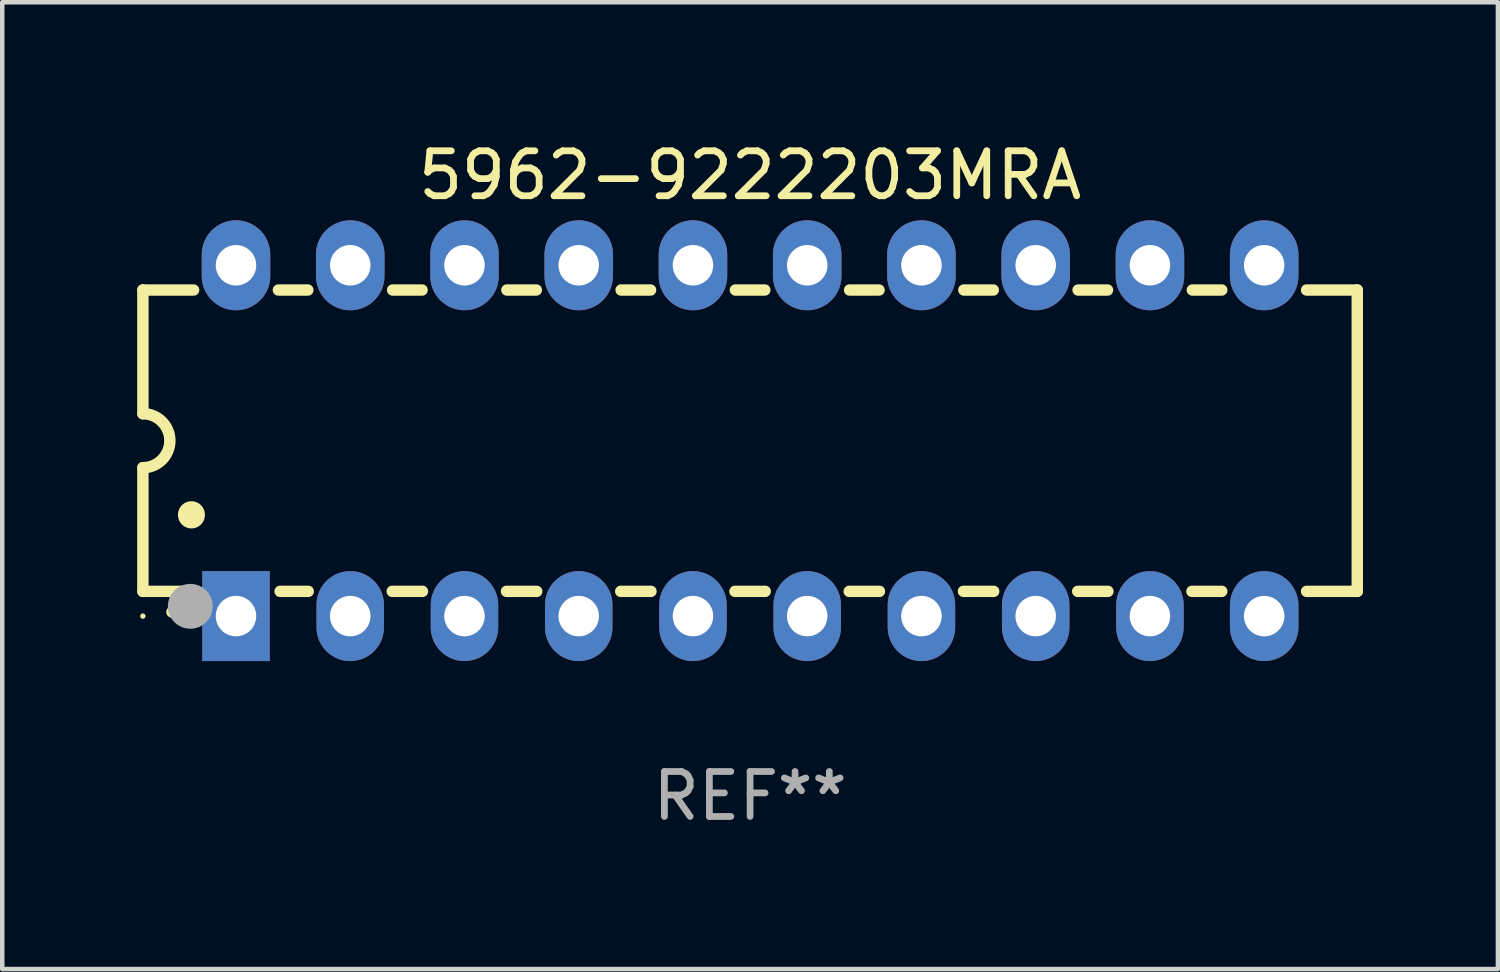
<source format=kicad_pcb>
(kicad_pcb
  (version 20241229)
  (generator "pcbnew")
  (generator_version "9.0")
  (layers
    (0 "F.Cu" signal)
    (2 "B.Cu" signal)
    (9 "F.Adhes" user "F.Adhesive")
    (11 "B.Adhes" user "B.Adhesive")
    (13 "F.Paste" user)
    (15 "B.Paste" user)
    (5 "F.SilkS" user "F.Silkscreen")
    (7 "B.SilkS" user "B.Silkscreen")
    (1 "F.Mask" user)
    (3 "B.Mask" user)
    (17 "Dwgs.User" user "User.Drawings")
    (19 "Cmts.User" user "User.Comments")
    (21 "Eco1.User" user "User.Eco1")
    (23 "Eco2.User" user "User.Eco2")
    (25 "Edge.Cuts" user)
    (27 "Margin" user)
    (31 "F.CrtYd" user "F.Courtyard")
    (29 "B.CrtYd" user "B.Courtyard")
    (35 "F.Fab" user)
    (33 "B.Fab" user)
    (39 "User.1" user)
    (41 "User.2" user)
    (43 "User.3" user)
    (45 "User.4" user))
  (footprint "5962-9222203MRA"
    (layer "F.Cu")
    (at 13.627 6.748)
    (property "Reference" "5962-9222203MRA" (at 0 -5.9 0) (layer "F.SilkS") (effects (font (size 1 1) (thickness 0.15))))
    (attr through_hole)
    (fp_line (start -13.5 -3.35) (end -12.373 -3.35) (stroke (width 0.254) (type solid)) (layer "F.SilkS"))
    (fp_line (start -13.5 -0.6) (end -13.5 -3.35) (stroke (width 0.254) (type solid)) (layer "F.SilkS"))
    (fp_line (start -13.5 3.35) (end -13.5 0.6) (stroke (width 0.254) (type solid)) (layer "F.SilkS"))
    (fp_line (start -13.5 3.35) (end -12.411 3.35) (stroke (width 0.254) (type solid)) (layer "F.SilkS"))
    (fp_line (start -10.487 -3.35) (end -9.833 -3.35) (stroke (width 0.254) (type solid)) (layer "F.SilkS"))
    (fp_line (start -10.449 3.35) (end -9.824 3.35) (stroke (width 0.254) (type solid)) (layer "F.SilkS"))
    (fp_line (start -7.956 3.35) (end -7.284 3.35) (stroke (width 0.254) (type solid)) (layer "F.SilkS"))
    (fp_line (start -7.947 -3.35) (end -7.293 -3.35) (stroke (width 0.254) (type solid)) (layer "F.SilkS"))
    (fp_line (start -5.416 3.35) (end -4.744 3.35) (stroke (width 0.254) (type solid)) (layer "F.SilkS"))
    (fp_line (start -5.407 -3.35) (end -4.753 -3.35) (stroke (width 0.254) (type solid)) (layer "F.SilkS"))
    (fp_line (start -2.876 3.35) (end -2.204 3.35) (stroke (width 0.254) (type solid)) (layer "F.SilkS"))
    (fp_line (start -2.867 -3.35) (end -2.213 -3.35) (stroke (width 0.254) (type solid)) (layer "F.SilkS"))
    (fp_line (start -0.336 3.35) (end 0.336 3.35) (stroke (width 0.254) (type solid)) (layer "F.SilkS"))
    (fp_line (start -0.327 -3.35) (end 0.327 -3.35) (stroke (width 0.254) (type solid)) (layer "F.SilkS"))
    (fp_line (start 2.204 3.35) (end 2.876 3.35) (stroke (width 0.254) (type solid)) (layer "F.SilkS"))
    (fp_line (start 2.213 -3.35) (end 2.867 -3.35) (stroke (width 0.254) (type solid)) (layer "F.SilkS"))
    (fp_line (start 4.744 3.35) (end 5.416 3.35) (stroke (width 0.254) (type solid)) (layer "F.SilkS"))
    (fp_line (start 4.753 -3.35) (end 5.407 -3.35) (stroke (width 0.254) (type solid)) (layer "F.SilkS"))
    (fp_line (start 7.284 3.35) (end 7.956 3.35) (stroke (width 0.254) (type solid)) (layer "F.SilkS"))
    (fp_line (start 7.293 -3.35) (end 7.947 -3.35) (stroke (width 0.254) (type solid)) (layer "F.SilkS"))
    (fp_line (start 9.824 3.35) (end 10.487 3.35) (stroke (width 0.254) (type solid)) (layer "F.SilkS"))
    (fp_line (start 9.833 -3.35) (end 10.487 -3.35) (stroke (width 0.254) (type solid)) (layer "F.SilkS"))
    (fp_line (start 12.373 -3.35) (end 13.5 -3.35) (stroke (width 0.254) (type solid)) (layer "F.SilkS"))
    (fp_line (start 12.373 3.35) (end 13.5 3.35) (stroke (width 0.254) (type solid)) (layer "F.SilkS"))
    (fp_line (start 13.5 -3.35) (end 13.5 3.35) (stroke (width 0.254) (type solid)) (layer "F.SilkS"))
    (fp_arc (start -13.500127 -0.599442) (mid -12.900406 0.000228) (end -13.500025 0.6) (stroke (width 0.254001) (type solid)) (layer "F.SilkS"))
    (fp_arc (start -12.854966 3.810008) (mid -12.854973 3.808738) (end -12.854966 3.807468) (stroke (width 0.25) (type solid)) (layer "F.SilkS"))
    (fp_arc (start -12.420625 1.651003) (mid -12.420636 1.648463) (end -12.420625 1.645923) (stroke (width 0.6) (type solid)) (layer "F.SilkS"))
    (fp_circle (center -13.5 3.9) (end -13.47 3.9) (stroke (width 0.06) (type solid)) (fill no) (layer "F.SilkS"))
    (fp_circle (center -12.446 3.683) (end -12.196 3.683) (stroke (width 0.5) (type solid)) (fill no) (layer "F.Fab"))
    (fp_text user "REF**" (at 0 7.9 0) (layer "F.Fab") (effects (font (size 1 1) (thickness 0.15))))
    (pad "1" thru_hole rect (at -11.43 3.9 90) (size 2 1.5) (drill 0.9) (layers "*.Cu" "*.Mask"))
    (pad "2" thru_hole oval (at -8.89 3.9 90) (size 2 1.5) (drill 0.9) (layers "*.Cu" "*.Mask"))
    (pad "3" thru_hole oval (at -6.35 3.9 90) (size 2 1.5) (drill 0.9) (layers "*.Cu" "*.Mask"))
    (pad "4" thru_hole oval (at -3.81 3.9 90) (size 2 1.5) (drill 0.9) (layers "*.Cu" "*.Mask"))
    (pad "5" thru_hole oval (at -1.27 3.9 90) (size 2 1.5) (drill 0.9) (layers "*.Cu" "*.Mask"))
    (pad "6" thru_hole oval (at 1.27 3.9 90) (size 2 1.5) (drill 0.9) (layers "*.Cu" "*.Mask"))
    (pad "7" thru_hole oval (at 3.81 3.9 90) (size 2 1.5) (drill 0.9) (layers "*.Cu" "*.Mask"))
    (pad "8" thru_hole oval (at 6.35 3.9 90) (size 2 1.5) (drill 0.9) (layers "*.Cu" "*.Mask"))
    (pad "9" thru_hole oval (at 8.89 3.9 90) (size 2 1.5) (drill 0.9) (layers "*.Cu" "*.Mask"))
    (pad "10" thru_hole oval (at 11.43 3.9 90) (size 2 1.524) (drill 0.9) (layers "*.Cu" "*.Mask"))
    (pad "11" thru_hole oval (at 11.43 -3.9 90) (size 2 1.524) (drill 0.9) (layers "*.Cu" "*.Mask"))
    (pad "12" thru_hole oval (at 8.89 -3.9 90) (size 2 1.524) (drill 0.9) (layers "*.Cu" "*.Mask"))
    (pad "13" thru_hole oval (at 6.35 -3.9 90) (size 2 1.524) (drill 0.9) (layers "*.Cu" "*.Mask"))
    (pad "14" thru_hole oval (at 3.81 -3.9 90) (size 2 1.524) (drill 0.9) (layers "*.Cu" "*.Mask"))
    (pad "15" thru_hole oval (at 1.27 -3.9 90) (size 2 1.524) (drill 0.9) (layers "*.Cu" "*.Mask"))
    (pad "16" thru_hole oval (at -1.27 -3.9 90) (size 2 1.524) (drill 0.9) (layers "*.Cu" "*.Mask"))
    (pad "17" thru_hole oval (at -3.81 -3.9 90) (size 2 1.524) (drill 0.9) (layers "*.Cu" "*.Mask"))
    (pad "18" thru_hole oval (at -6.35 -3.9 90) (size 2 1.524) (drill 0.9) (layers "*.Cu" "*.Mask"))
    (pad "19" thru_hole oval (at -8.89 -3.9 90) (size 2 1.524) (drill 0.9) (layers "*.Cu" "*.Mask"))
    (pad "20" thru_hole oval (at -11.43 -3.9 90) (size 2 1.524) (drill 0.9) (layers "*.Cu" "*.Mask")))
  (gr_rect
    (start -3 -3)
    (end 30.254 18.496)
    (stroke (width 0.1) (type default))
    (fill no)
    (layer "Edge.Cuts")))
</source>
